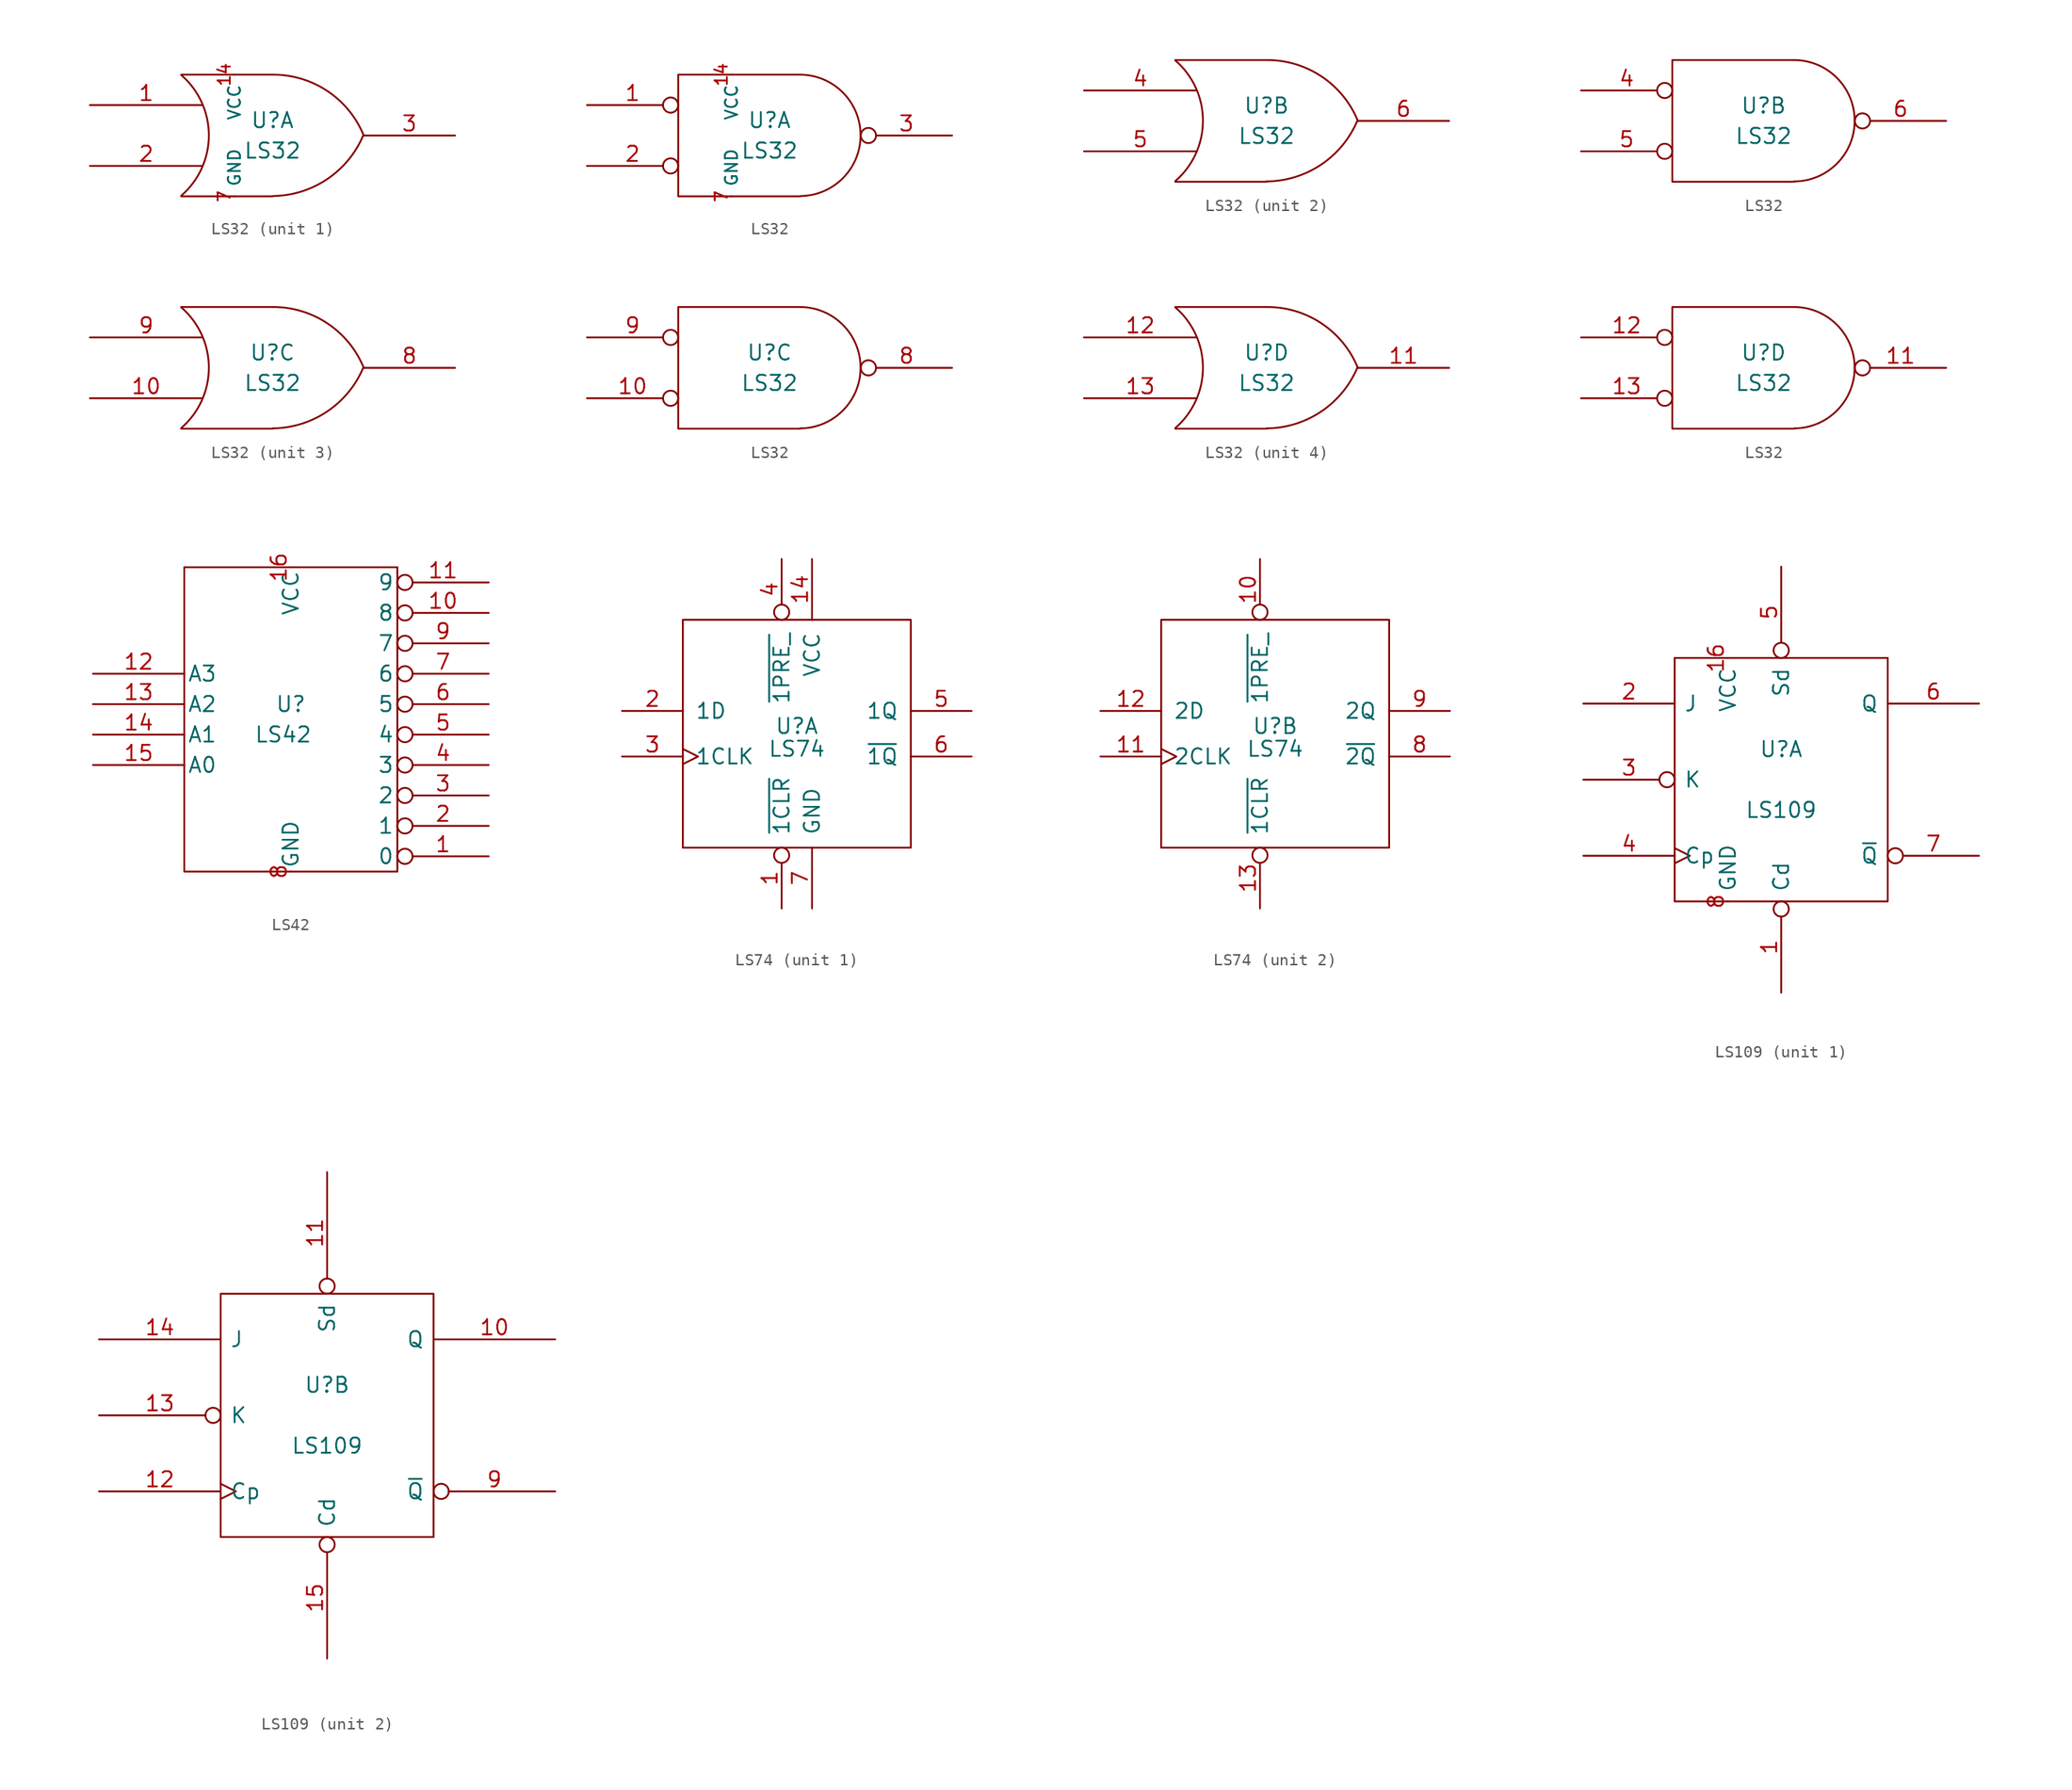
<source format=kicad_sym>
(kicad_symbol_lib
  (version 20211014)
  (generator kicad_symbol_editor)
  (symbol "LS32"
    (pin_names
      (offset 0.762))
    (property "Reference" "U"
      (at 0 1.27 0)
      (effects (font (size 1.27 1.27))))
    (property "Value" "LS32"
      (at 0 -1.27 0)
      (effects (font (size 1.27 1.27))))
    (symbol "LS32_0_1"
      (arc (start -7.62 -5.0292) (mid -5.3094 0.0082) (end -7.62 5.0546) (stroke (width 0) (type default) (color 0 0 0 0)) (fill (type none)))
      (arc (start 0 -5.0546) (mid 4.5632 -3.6449) (end 7.5946 0.0508) (stroke (width 0) (type default) (color 0 0 0 0)) (fill (type none)))
      (polyline (pts (xy -7.62 -5.08) (xy 0 -5.08)) (stroke (width 0) (type default) (color 0 0 0 0)) (fill (type none)))
      (polyline (pts (xy -7.62 5.08) (xy 0 5.08)) (stroke (width 0) (type default) (color 0 0 0 0)) (fill (type none)))
      (arc (start 7.62 0) (mid 4.6132 3.6946) (end 0.0508 5.08) (stroke (width 0) (type default) (color 0 0 0 0)) (fill (type none))))
    (symbol "LS32_0_2"
      (polyline (pts (xy 2.54 5.08) (xy -7.62 5.08) (xy -7.62 -5.08) (xy 2.54 -5.08)) (stroke (width 0) (type default) (color 0 0 0 0)) (fill (type none)))
      (arc (start 2.5654 -5.0546) (mid 7.5947 0.0001) (end 2.5654 5.08) (stroke (width 0) (type default) (color 0 0 0 0)) (fill (type none))))
    (symbol "LS32_1_0"
      (pin power_in line (at -3.175 5.08 270) (length 0) (name "VCC" (effects (font (size 1.016 1.016)))) (number "14" (effects (font (size 1.016 1.016)))))
      (pin power_in line (at -3.175 -5.08 90) (length 0) (name "GND" (effects (font (size 1.016 1.016)))) (number "7" (effects (font (size 1.016 1.016))))))
    (symbol "LS32_1_1"
      (pin input line (at -15.24 2.54 0) (length 9.398) (name "~" (effects (font (size 1.27 1.27)))) (number "1" (effects (font (size 1.27 1.27)))))
      (pin input line (at -15.24 -2.54 0) (length 9.398) (name "~" (effects (font (size 1.27 1.27)))) (number "2" (effects (font (size 1.27 1.27)))))
      (pin output line (at 15.24 0 180) (length 7.62) (name "~" (effects (font (size 1.27 1.27)))) (number "3" (effects (font (size 1.27 1.27))))))
    (symbol "LS32_1_2"
      (pin input inverted (at -15.24 2.54 0) (length 7.62) (name "~" (effects (font (size 1.27 1.27)))) (number "1" (effects (font (size 1.27 1.27)))))
      (pin input inverted (at -15.24 -2.54 0) (length 7.62) (name "~" (effects (font (size 1.27 1.27)))) (number "2" (effects (font (size 1.27 1.27)))))
      (pin output inverted (at 15.24 0 180) (length 7.62) (name "~" (effects (font (size 1.27 1.27)))) (number "3" (effects (font (size 1.27 1.27))))))
    (symbol "LS32_2_1"
      (pin input line (at -15.24 2.54 0) (length 9.398) (name "~" (effects (font (size 1.27 1.27)))) (number "4" (effects (font (size 1.27 1.27)))))
      (pin input line (at -15.24 -2.54 0) (length 9.398) (name "~" (effects (font (size 1.27 1.27)))) (number "5" (effects (font (size 1.27 1.27)))))
      (pin output line (at 15.24 0 180) (length 7.62) (name "~" (effects (font (size 1.27 1.27)))) (number "6" (effects (font (size 1.27 1.27))))))
    (symbol "LS32_2_2"
      (pin input inverted (at -15.24 2.54 0) (length 7.62) (name "~" (effects (font (size 1.27 1.27)))) (number "4" (effects (font (size 1.27 1.27)))))
      (pin input inverted (at -15.24 -2.54 0) (length 7.62) (name "~" (effects (font (size 1.27 1.27)))) (number "5" (effects (font (size 1.27 1.27)))))
      (pin output inverted (at 15.24 0 180) (length 7.62) (name "~" (effects (font (size 1.27 1.27)))) (number "6" (effects (font (size 1.27 1.27))))))
    (symbol "LS32_3_1"
      (pin input line (at -15.24 -2.54 0) (length 9.398) (name "~" (effects (font (size 1.27 1.27)))) (number "10" (effects (font (size 1.27 1.27)))))
      (pin output line (at 15.24 0 180) (length 7.62) (name "~" (effects (font (size 1.27 1.27)))) (number "8" (effects (font (size 1.27 1.27)))))
      (pin input line (at -15.24 2.54 0) (length 9.398) (name "~" (effects (font (size 1.27 1.27)))) (number "9" (effects (font (size 1.27 1.27))))))
    (symbol "LS32_3_2"
      (pin input inverted (at -15.24 -2.54 0) (length 7.62) (name "~" (effects (font (size 1.27 1.27)))) (number "10" (effects (font (size 1.27 1.27)))))
      (pin output inverted (at 15.24 0 180) (length 7.62) (name "~" (effects (font (size 1.27 1.27)))) (number "8" (effects (font (size 1.27 1.27)))))
      (pin input inverted (at -15.24 2.54 0) (length 7.62) (name "~" (effects (font (size 1.27 1.27)))) (number "9" (effects (font (size 1.27 1.27))))))
    (symbol "LS32_4_1"
      (pin output line (at 15.24 0 180) (length 7.62) (name "~" (effects (font (size 1.27 1.27)))) (number "11" (effects (font (size 1.27 1.27)))))
      (pin input line (at -15.24 2.54 0) (length 9.398) (name "~" (effects (font (size 1.27 1.27)))) (number "12" (effects (font (size 1.27 1.27)))))
      (pin input line (at -15.24 -2.54 0) (length 9.398) (name "~" (effects (font (size 1.27 1.27)))) (number "13" (effects (font (size 1.27 1.27))))))
    (symbol "LS32_4_2"
      (pin output inverted (at 15.24 0 180) (length 7.62) (name "~" (effects (font (size 1.27 1.27)))) (number "11" (effects (font (size 1.27 1.27)))))
      (pin input inverted (at -15.24 2.54 0) (length 7.62) (name "~" (effects (font (size 1.27 1.27)))) (number "12" (effects (font (size 1.27 1.27)))))
      (pin input inverted (at -15.24 -2.54 0) (length 7.62) (name "~" (effects (font (size 1.27 1.27)))) (number "13" (effects (font (size 1.27 1.27)))))))
  (symbol "LS42"
    (pin_names
      (offset 0.254))
    (property "Reference" "U"
      (at 0 1.27 0)
      (effects (font (size 1.27 1.27))))
    (property "Value" "LS42"
      (at -0.635 -1.27 0)
      (effects (font (size 1.27 1.27))))
    (symbol "LS42_0_0"
      (pin power_in line (at 0 -12.7 90) (length 0) (name "GND" (effects (font (size 1.27 1.27)))) (number "8" (effects (font (size 1.27 1.27))))))
    (symbol "LS42_0_1"
      (rectangle (start -8.89 12.7) (end 8.89 -12.7) (stroke (width 0) (type default) (color 0 0 0 0)) (fill (type none))))
    (symbol "LS42_1_0"
      (pin power_in line (at 0 12.7 270) (length 0) (name "VCC" (effects (font (size 1.27 1.27)))) (number "16" (effects (font (size 1.27 1.27))))))
    (symbol "LS42_1_1"
      (pin output inverted (at 16.51 -11.43 180) (length 7.62) (name "0" (effects (font (size 1.27 1.27)))) (number "1" (effects (font (size 1.27 1.27)))))
      (pin output inverted (at 16.51 8.89 180) (length 7.62) (name "8" (effects (font (size 1.27 1.27)))) (number "10" (effects (font (size 1.27 1.27)))))
      (pin output inverted (at 16.51 11.43 180) (length 7.62) (name "9" (effects (font (size 1.27 1.27)))) (number "11" (effects (font (size 1.27 1.27)))))
      (pin input line (at -16.51 3.81 0) (length 7.62) (name "A3" (effects (font (size 1.27 1.27)))) (number "12" (effects (font (size 1.27 1.27)))))
      (pin input line (at -16.51 1.27 0) (length 7.62) (name "A2" (effects (font (size 1.27 1.27)))) (number "13" (effects (font (size 1.27 1.27)))))
      (pin input line (at -16.51 -1.27 0) (length 7.62) (name "A1" (effects (font (size 1.27 1.27)))) (number "14" (effects (font (size 1.27 1.27)))))
      (pin input line (at -16.51 -3.81 0) (length 7.62) (name "A0" (effects (font (size 1.27 1.27)))) (number "15" (effects (font (size 1.27 1.27)))))
      (pin output inverted (at 16.51 -8.89 180) (length 7.62) (name "1" (effects (font (size 1.27 1.27)))) (number "2" (effects (font (size 1.27 1.27)))))
      (pin output inverted (at 16.51 -6.35 180) (length 7.62) (name "2" (effects (font (size 1.27 1.27)))) (number "3" (effects (font (size 1.27 1.27)))))
      (pin output inverted (at 16.51 -3.81 180) (length 7.62) (name "3" (effects (font (size 1.27 1.27)))) (number "4" (effects (font (size 1.27 1.27)))))
      (pin output inverted (at 16.51 -1.27 180) (length 7.62) (name "4" (effects (font (size 1.27 1.27)))) (number "5" (effects (font (size 1.27 1.27)))))
      (pin output inverted (at 16.51 1.27 180) (length 7.62) (name "5" (effects (font (size 1.27 1.27)))) (number "6" (effects (font (size 1.27 1.27)))))
      (pin output inverted (at 16.51 3.81 180) (length 7.62) (name "6" (effects (font (size 1.27 1.27)))) (number "7" (effects (font (size 1.27 1.27)))))
      (pin output inverted (at 16.51 6.35 180) (length 7.62) (name "7" (effects (font (size 1.27 1.27)))) (number "9" (effects (font (size 1.27 1.27)))))))
  (symbol "LS74"
    (pin_names
      (offset 1.016))
    (property "Reference" "U"
      (at 0 0.635 0)
      (effects (font (size 1.27 1.27))))
    (property "Value" "LS74"
      (at 0 -1.27 0)
      (effects (font (size 1.27 1.27))))
    (symbol "LS74_0_1"
      (rectangle (start -9.525 9.525) (end 9.525 -9.525) (stroke (width 0) (type default) (color 0 0 0 0)) (fill (type none))))
    (symbol "LS74_1_0"
      (pin power_in line (at 1.27 14.605 270) (length 5.08) (name "VCC" (effects (font (size 1.27 1.27)))) (number "14" (effects (font (size 1.27 1.27)))))
      (pin input line (at -14.605 1.905 0) (length 5.08) (name "1D" (effects (font (size 1.27 1.27)))) (number "2" (effects (font (size 1.27 1.27)))))
      (pin input clock (at -14.605 -1.905 0) (length 5.08) (name "1CLK" (effects (font (size 1.27 1.27)))) (number "3" (effects (font (size 1.27 1.27)))))
      (pin power_in line (at 1.27 -14.605 90) (length 5.08) (name "GND" (effects (font (size 1.27 1.27)))) (number "7" (effects (font (size 1.27 1.27))))))
    (symbol "LS74_1_1"
      (pin input inverted (at -1.27 -14.605 90) (length 5.08) (name "~{1CLR}" (effects (font (size 1.27 1.27)))) (number "1" (effects (font (size 1.27 1.27)))))
      (pin input inverted (at -1.27 14.605 270) (length 5.08) (name "~{1PRE_}" (effects (font (size 1.27 1.27)))) (number "4" (effects (font (size 1.27 1.27)))))
      (pin output line (at 14.605 1.905 180) (length 5.08) (name "1Q" (effects (font (size 1.27 1.27)))) (number "5" (effects (font (size 1.27 1.27)))))
      (pin output line (at 14.605 -1.905 180) (length 5.08) (name "~{1Q}" (effects (font (size 1.27 1.27)))) (number "6" (effects (font (size 1.27 1.27))))))
    (symbol "LS74_2_1"
      (pin input inverted (at -1.27 14.605 270) (length 5.08) (name "~{1PRE_}" (effects (font (size 1.27 1.27)))) (number "10" (effects (font (size 1.27 1.27)))))
      (pin input clock (at -14.605 -1.905 0) (length 5.08) (name "2CLK" (effects (font (size 1.27 1.27)))) (number "11" (effects (font (size 1.27 1.27)))))
      (pin input line (at -14.605 1.905 0) (length 5.08) (name "2D" (effects (font (size 1.27 1.27)))) (number "12" (effects (font (size 1.27 1.27)))))
      (pin input inverted (at -1.27 -14.605 90) (length 5.08) (name "~{1CLR}" (effects (font (size 1.27 1.27)))) (number "13" (effects (font (size 1.27 1.27)))))
      (pin output line (at 14.605 -1.905 180) (length 5.08) (name "~{2Q}" (effects (font (size 1.27 1.27)))) (number "8" (effects (font (size 1.27 1.27)))))
      (pin output line (at 14.605 1.905 180) (length 5.08) (name "2Q" (effects (font (size 1.27 1.27)))) (number "9" (effects (font (size 1.27 1.27)))))))
  (symbol "LS109"
    (pin_names
      (offset 0.762))
    (property "Reference" "U"
      (at 0 2.54 0)
      (effects (font (size 1.27 1.27))))
    (property "Value" "LS109"
      (at 0 -2.54 0)
      (effects (font (size 1.27 1.27))))
    (symbol "LS109_0_0"
      (rectangle (start -8.89 -10.16) (end 8.89 10.16) (stroke (width 0) (type default) (color 0 0 0 0)) (fill (type none))))
    (symbol "LS109_1_0"
      (pin power_in line (at -4.445 10.16 270) (length 0) (name "VCC" (effects (font (size 1.27 1.27)))) (number "16" (effects (font (size 1.27 1.27)))))
      (pin power_in line (at -4.445 -10.16 90) (length 0) (name "GND" (effects (font (size 1.27 1.27)))) (number "8" (effects (font (size 1.27 1.27))))))
    (symbol "LS109_1_1"
      (pin input inverted (at 0 -17.78 90) (length 7.62) (name "Cd" (effects (font (size 1.27 1.27)))) (number "1" (effects (font (size 1.27 1.27)))))
      (pin input line (at -16.51 6.35 0) (length 7.62) (name "J" (effects (font (size 1.27 1.27)))) (number "2" (effects (font (size 1.27 1.27)))))
      (pin input inverted (at -16.51 0 0) (length 7.62) (name "K" (effects (font (size 1.27 1.27)))) (number "3" (effects (font (size 1.27 1.27)))))
      (pin input clock (at -16.51 -6.35 0) (length 7.62) (name "Cp" (effects (font (size 1.27 1.27)))) (number "4" (effects (font (size 1.27 1.27)))))
      (pin input inverted (at 0 17.78 270) (length 7.62) (name "Sd" (effects (font (size 1.27 1.27)))) (number "5" (effects (font (size 1.27 1.27)))))
      (pin output line (at 16.51 6.35 180) (length 7.62) (name "Q" (effects (font (size 1.27 1.27)))) (number "6" (effects (font (size 1.27 1.27)))))
      (pin output inverted (at 16.51 -6.35 180) (length 7.62) (name "~{Q}" (effects (font (size 1.27 1.27)))) (number "7" (effects (font (size 1.27 1.27))))))
    (symbol "LS109_2_1"
      (pin output line (at 19.05 6.35 180) (length 10.16) (name "Q" (effects (font (size 1.27 1.27)))) (number "10" (effects (font (size 1.27 1.27)))))
      (pin input inverted (at 0 20.32 270) (length 10.16) (name "Sd" (effects (font (size 1.27 1.27)))) (number "11" (effects (font (size 1.27 1.27)))))
      (pin input clock (at -19.05 -6.35 0) (length 10.16) (name "Cp" (effects (font (size 1.27 1.27)))) (number "12" (effects (font (size 1.27 1.27)))))
      (pin input inverted (at -19.05 0 0) (length 10.16) (name "K" (effects (font (size 1.27 1.27)))) (number "13" (effects (font (size 1.27 1.27)))))
      (pin input line (at -19.05 6.35 0) (length 10.16) (name "J" (effects (font (size 1.27 1.27)))) (number "14" (effects (font (size 1.27 1.27)))))
      (pin input inverted (at 0 -20.32 90) (length 10.16) (name "Cd" (effects (font (size 1.27 1.27)))) (number "15" (effects (font (size 1.27 1.27)))))
      (pin output inverted (at 19.05 -6.35 180) (length 10.16) (name "~{Q}" (effects (font (size 1.27 1.27)))) (number "9" (effects (font (size 1.27 1.27))))))))
</source>
